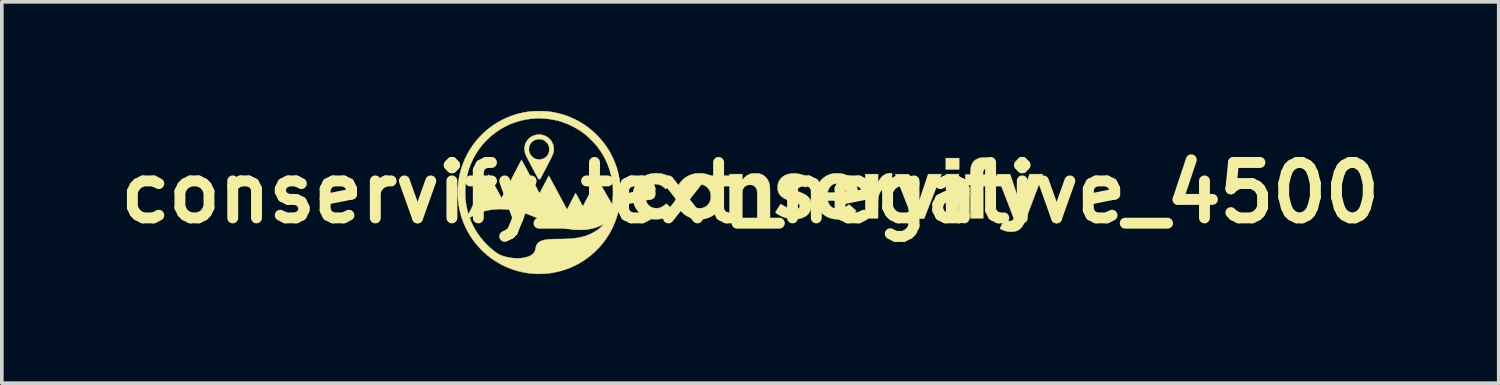
<source format=kicad_pcb>
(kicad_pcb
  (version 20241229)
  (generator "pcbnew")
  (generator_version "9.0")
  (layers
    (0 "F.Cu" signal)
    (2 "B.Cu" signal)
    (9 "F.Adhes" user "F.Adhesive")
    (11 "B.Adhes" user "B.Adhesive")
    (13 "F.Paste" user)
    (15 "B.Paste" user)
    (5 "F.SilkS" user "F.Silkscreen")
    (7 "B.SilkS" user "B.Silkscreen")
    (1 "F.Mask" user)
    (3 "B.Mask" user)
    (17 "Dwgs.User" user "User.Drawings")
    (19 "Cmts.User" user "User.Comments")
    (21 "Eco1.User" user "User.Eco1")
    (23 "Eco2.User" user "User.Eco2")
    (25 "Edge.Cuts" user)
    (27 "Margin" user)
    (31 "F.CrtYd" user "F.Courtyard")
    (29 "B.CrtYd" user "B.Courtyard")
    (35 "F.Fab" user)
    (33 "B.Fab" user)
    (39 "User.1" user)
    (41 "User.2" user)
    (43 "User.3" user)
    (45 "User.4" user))
  (footprint "conservify_text_negative_4500"
    (layer "F.Cu")
    (at 17.57 2.249)
    (property "Reference" "conservify_text_negative_4500" (at 0 0 0) (layer "F.SilkS") (effects (font (size 1.524 1.524) (thickness 0.3))))
    (attr through_hole)
    (fp_poly (pts (xy 5.74 -0.643) (xy 5.374 -0.643) (xy 5.374 -0.954) (xy 5.74 -0.954) (xy 5.74 -0.643)) (stroke (width 0.01) (type solid)) (fill yes) (layer "F.SilkS"))
    (fp_poly (pts (xy 5.731 0.092) (xy 5.729 0.697) (xy 5.554 0.699) (xy 5.379 0.7) (xy 5.379 -0.514) (xy 5.732 -0.514) (xy 5.731 0.092)) (stroke (width 0.01) (type solid)) (fill yes) (layer "F.SilkS"))
    (fp_poly (pts (xy 3.88 -0.539) (xy 3.895 -0.535) (xy 3.895 -0.177) (xy 3.847 -0.173) (xy 3.779 -0.163) (xy 3.72 -0.145) (xy 3.667 -0.118) (xy 3.622 -0.083) (xy 3.584 -0.039) (xy 3.554 0.013) (xy 3.53 0.074) (xy 3.527 0.087) (xy 3.524 0.098) (xy 3.521 0.109) (xy 3.519 0.12) (xy 3.518 0.133) (xy 3.517 0.149) (xy 3.516 0.17) (xy 3.515 0.195) (xy 3.514 0.227) (xy 3.513 0.266) (xy 3.513 0.313) (xy 3.513 0.37) (xy 3.512 0.416) (xy 3.51 0.7) (xy 3.161 0.7) (xy 3.161 -0.514) (xy 3.511 -0.514) (xy 3.511 -0.402) (xy 3.511 -0.291) (xy 3.53 -0.325) (xy 3.563 -0.379) (xy 3.601 -0.426) (xy 3.642 -0.465) (xy 3.686 -0.496) (xy 3.73 -0.518) (xy 3.742 -0.522) (xy 3.765 -0.527) (xy 3.793 -0.532) (xy 3.821 -0.536) (xy 3.848 -0.539) (xy 3.869 -0.54) (xy 3.88 -0.539)) (stroke (width 0.01) (type solid)) (fill yes) (layer "F.SilkS"))
    (fp_poly (pts (xy 6.446 -0.967) (xy 6.49 -0.967) (xy 6.525 -0.966) (xy 6.556 -0.963) (xy 6.584 -0.959) (xy 6.613 -0.953) (xy 6.646 -0.945) (xy 6.653 -0.943) (xy 6.677 -0.937) (xy 6.677 -0.789) (xy 6.677 -0.745) (xy 6.677 -0.71) (xy 6.677 -0.685) (xy 6.676 -0.667) (xy 6.675 -0.655) (xy 6.673 -0.649) (xy 6.671 -0.646) (xy 6.668 -0.646) (xy 6.668 -0.646) (xy 6.638 -0.656) (xy 6.602 -0.664) (xy 6.564 -0.67) (xy 6.53 -0.673) (xy 6.489 -0.671) (xy 6.456 -0.662) (xy 6.431 -0.645) (xy 6.414 -0.621) (xy 6.402 -0.588) (xy 6.397 -0.549) (xy 6.394 -0.503) (xy 6.533 -0.501) (xy 6.672 -0.5) (xy 6.672 -0.217) (xy 6.536 -0.216) (xy 6.401 -0.214) (xy 6.401 0.7) (xy 6.051 0.7) (xy 6.051 -0.214) (xy 5.91 -0.214) (xy 5.91 -0.502) (xy 6.049 -0.502) (xy 6.052 -0.586) (xy 6.054 -0.622) (xy 6.057 -0.657) (xy 6.061 -0.688) (xy 6.065 -0.711) (xy 6.083 -0.771) (xy 6.11 -0.824) (xy 6.145 -0.868) (xy 6.188 -0.905) (xy 6.239 -0.934) (xy 6.298 -0.955) (xy 6.298 -0.955) (xy 6.316 -0.96) (xy 6.333 -0.963) (xy 6.352 -0.965) (xy 6.376 -0.966) (xy 6.406 -0.967) (xy 6.445 -0.967) (xy 6.446 -0.967)) (stroke (width 0.01) (type solid)) (fill yes) (layer "F.SilkS"))
    (fp_poly (pts (xy 5.242 -0.481) (xy 5.238 -0.472) (xy 5.231 -0.452) (xy 5.22 -0.424) (xy 5.206 -0.387) (xy 5.188 -0.343) (xy 5.168 -0.291) (xy 5.146 -0.234) (xy 5.121 -0.171) (xy 5.095 -0.103) (xy 5.067 -0.032) (xy 5.037 0.043) (xy 5.007 0.121) (xy 5.004 0.13) (xy 4.778 0.708) (xy 4.618 0.71) (xy 4.572 0.71) (xy 4.535 0.71) (xy 4.507 0.71) (xy 4.487 0.71) (xy 4.473 0.709) (xy 4.464 0.708) (xy 4.458 0.706) (xy 4.456 0.703) (xy 4.455 0.701) (xy 4.453 0.695) (xy 4.446 0.679) (xy 4.436 0.653) (xy 4.423 0.619) (xy 4.407 0.577) (xy 4.388 0.528) (xy 4.366 0.473) (xy 4.342 0.412) (xy 4.316 0.346) (xy 4.289 0.275) (xy 4.26 0.2) (xy 4.229 0.123) (xy 4.218 0.094) (xy 4.188 0.016) (xy 4.158 -0.06) (xy 4.13 -0.132) (xy 4.104 -0.199) (xy 4.08 -0.262) (xy 4.057 -0.319) (xy 4.038 -0.37) (xy 4.021 -0.414) (xy 4.007 -0.451) (xy 3.996 -0.479) (xy 3.989 -0.498) (xy 3.985 -0.508) (xy 3.985 -0.509) (xy 3.99 -0.51) (xy 4.006 -0.511) (xy 4.032 -0.512) (xy 4.066 -0.512) (xy 4.107 -0.513) (xy 4.155 -0.512) (xy 4.169 -0.512) (xy 4.354 -0.511) (xy 4.486 -0.113) (xy 4.51 -0.041) (xy 4.533 0.025) (xy 4.553 0.085) (xy 4.571 0.137) (xy 4.587 0.182) (xy 4.6 0.219) (xy 4.61 0.248) (xy 4.618 0.266) (xy 4.622 0.275) (xy 4.623 0.276) (xy 4.625 0.269) (xy 4.631 0.253) (xy 4.64 0.228) (xy 4.651 0.194) (xy 4.665 0.154) (xy 4.681 0.106) (xy 4.699 0.054) (xy 4.718 -0.004) (xy 4.739 -0.065) (xy 4.758 -0.123) (xy 4.89 -0.514) (xy 5.255 -0.514) (xy 5.242 -0.481)) (stroke (width 0.01) (type solid)) (fill yes) (layer "F.SilkS"))
    (fp_poly (pts (xy 0.169 -0.533) (xy 0.198 -0.533) (xy 0.219 -0.531) (xy 0.237 -0.529) (xy 0.253 -0.525) (xy 0.27 -0.52) (xy 0.271 -0.52) (xy 0.322 -0.501) (xy 0.365 -0.478) (xy 0.404 -0.448) (xy 0.421 -0.432) (xy 0.463 -0.383) (xy 0.496 -0.326) (xy 0.521 -0.263) (xy 0.536 -0.196) (xy 0.537 -0.184) (xy 0.538 -0.16) (xy 0.539 -0.126) (xy 0.54 -0.082) (xy 0.541 -0.029) (xy 0.541 0.033) (xy 0.542 0.103) (xy 0.542 0.181) (xy 0.542 0.266) (xy 0.542 0.268) (xy 0.542 0.697) (xy 0.367 0.699) (xy 0.192 0.7) (xy 0.192 0.331) (xy 0.192 0.255) (xy 0.192 0.188) (xy 0.192 0.131) (xy 0.191 0.083) (xy 0.191 0.042) (xy 0.19 0.008) (xy 0.188 -0.02) (xy 0.187 -0.042) (xy 0.185 -0.061) (xy 0.182 -0.076) (xy 0.179 -0.089) (xy 0.175 -0.1) (xy 0.171 -0.11) (xy 0.165 -0.121) (xy 0.164 -0.124) (xy 0.142 -0.156) (xy 0.111 -0.184) (xy 0.08 -0.203) (xy 0.063 -0.209) (xy 0.049 -0.214) (xy 0.032 -0.216) (xy 0.009 -0.217) (xy -0.011 -0.217) (xy -0.04 -0.217) (xy -0.06 -0.216) (xy -0.076 -0.213) (xy -0.091 -0.208) (xy -0.102 -0.203) (xy -0.14 -0.18) (xy -0.169 -0.153) (xy -0.188 -0.126) (xy -0.194 -0.114) (xy -0.199 -0.103) (xy -0.204 -0.092) (xy -0.208 -0.08) (xy -0.211 -0.066) (xy -0.214 -0.049) (xy -0.216 -0.029) (xy -0.217 -0.003) (xy -0.218 0.027) (xy -0.219 0.064) (xy -0.22 0.109) (xy -0.22 0.161) (xy -0.22 0.223) (xy -0.22 0.294) (xy -0.22 0.334) (xy -0.22 0.7) (xy -0.57 0.7) (xy -0.57 -0.514) (xy -0.22 -0.514) (xy -0.22 -0.358) (xy -0.165 -0.412) (xy -0.129 -0.445) (xy -0.097 -0.471) (xy -0.065 -0.491) (xy -0.032 -0.508) (xy -0.005 -0.518) (xy 0.011 -0.524) (xy 0.025 -0.528) (xy 0.04 -0.531) (xy 0.058 -0.532) (xy 0.08 -0.533) (xy 0.111 -0.533) (xy 0.133 -0.533) (xy 0.169 -0.533)) (stroke (width 0.01) (type solid)) (fill yes) (layer "F.SilkS"))
    (fp_poly (pts (xy -2.503 -0.533) (xy -2.425 -0.522) (xy -2.355 -0.503) (xy -2.289 -0.475) (xy -2.228 -0.439) (xy -2.169 -0.394) (xy -2.14 -0.367) (xy -2.104 -0.332) (xy -2.138 -0.297) (xy -2.152 -0.282) (xy -2.173 -0.26) (xy -2.197 -0.234) (xy -2.223 -0.206) (xy -2.246 -0.182) (xy -2.321 -0.102) (xy -2.36 -0.137) (xy -2.403 -0.173) (xy -2.444 -0.2) (xy -2.486 -0.218) (xy -2.53 -0.23) (xy -2.568 -0.235) (xy -2.625 -0.234) (xy -2.678 -0.223) (xy -2.727 -0.202) (xy -2.772 -0.169) (xy -2.796 -0.147) (xy -2.832 -0.101) (xy -2.859 -0.05) (xy -2.877 0.006) (xy -2.885 0.067) (xy -2.886 0.096) (xy -2.881 0.16) (xy -2.866 0.219) (xy -2.843 0.273) (xy -2.81 0.321) (xy -2.791 0.342) (xy -2.75 0.376) (xy -2.706 0.401) (xy -2.658 0.416) (xy -2.603 0.423) (xy -2.577 0.424) (xy -2.522 0.419) (xy -2.471 0.406) (xy -2.42 0.382) (xy -2.369 0.349) (xy -2.352 0.335) (xy -2.334 0.321) (xy -2.32 0.309) (xy -2.311 0.302) (xy -2.31 0.302) (xy -2.306 0.302) (xy -2.298 0.306) (xy -2.287 0.315) (xy -2.271 0.33) (xy -2.25 0.351) (xy -2.222 0.379) (xy -2.201 0.4) (xy -2.099 0.504) (xy -2.132 0.538) (xy -2.179 0.58) (xy -2.23 0.62) (xy -2.284 0.654) (xy -2.337 0.682) (xy -2.376 0.697) (xy -2.424 0.71) (xy -2.479 0.719) (xy -2.538 0.725) (xy -2.597 0.728) (xy -2.654 0.727) (xy -2.705 0.721) (xy -2.712 0.72) (xy -2.793 0.7) (xy -2.87 0.67) (xy -2.942 0.632) (xy -3.007 0.585) (xy -3.065 0.531) (xy -3.104 0.485) (xy -3.149 0.416) (xy -3.185 0.343) (xy -3.21 0.267) (xy -3.226 0.189) (xy -3.232 0.111) (xy -3.229 0.032) (xy -3.217 -0.046) (xy -3.195 -0.122) (xy -3.165 -0.194) (xy -3.125 -0.263) (xy -3.077 -0.327) (xy -3.019 -0.384) (xy -3.009 -0.393) (xy -2.943 -0.441) (xy -2.874 -0.48) (xy -2.799 -0.508) (xy -2.719 -0.527) (xy -2.634 -0.536) (xy -2.588 -0.537) (xy -2.503 -0.533)) (stroke (width 0.01) (type solid)) (fill yes) (layer "F.SilkS"))
    (fp_poly (pts (xy -1.341 -0.536) (xy -1.297 -0.532) (xy -1.266 -0.528) (xy -1.181 -0.507) (xy -1.102 -0.476) (xy -1.029 -0.437) (xy -0.962 -0.39) (xy -0.903 -0.336) (xy -0.852 -0.274) (xy -0.809 -0.205) (xy -0.775 -0.13) (xy -0.768 -0.11) (xy -0.748 -0.034) (xy -0.738 0.045) (xy -0.737 0.125) (xy -0.746 0.204) (xy -0.764 0.281) (xy -0.791 0.353) (xy -0.802 0.375) (xy -0.846 0.449) (xy -0.898 0.515) (xy -0.957 0.573) (xy -1.024 0.622) (xy -1.099 0.663) (xy -1.18 0.695) (xy -1.226 0.708) (xy -1.251 0.715) (xy -1.275 0.719) (xy -1.299 0.722) (xy -1.327 0.724) (xy -1.363 0.725) (xy -1.377 0.726) (xy -1.429 0.726) (xy -1.471 0.725) (xy -1.505 0.721) (xy -1.516 0.72) (xy -1.601 0.699) (xy -1.68 0.67) (xy -1.753 0.632) (xy -1.82 0.585) (xy -1.879 0.531) (xy -1.931 0.471) (xy -1.974 0.403) (xy -2.009 0.33) (xy -2.034 0.252) (xy -2.049 0.169) (xy -2.05 0.16) (xy -2.052 0.101) (xy -1.706 0.101) (xy -1.7 0.159) (xy -1.685 0.215) (xy -1.661 0.267) (xy -1.629 0.314) (xy -1.622 0.322) (xy -1.588 0.355) (xy -1.554 0.38) (xy -1.516 0.4) (xy -1.505 0.405) (xy -1.464 0.417) (xy -1.418 0.423) (xy -1.369 0.424) (xy -1.322 0.418) (xy -1.283 0.407) (xy -1.23 0.382) (xy -1.184 0.348) (xy -1.147 0.307) (xy -1.121 0.264) (xy -1.103 0.222) (xy -1.091 0.181) (xy -1.085 0.138) (xy -1.084 0.099) (xy -1.088 0.035) (xy -1.102 -0.023) (xy -1.125 -0.075) (xy -1.158 -0.122) (xy -1.178 -0.144) (xy -1.224 -0.182) (xy -1.275 -0.21) (xy -1.328 -0.228) (xy -1.385 -0.236) (xy -1.442 -0.233) (xy -1.5 -0.219) (xy -1.552 -0.197) (xy -1.577 -0.182) (xy -1.603 -0.159) (xy -1.629 -0.131) (xy -1.652 -0.102) (xy -1.669 -0.074) (xy -1.669 -0.073) (xy -1.691 -0.017) (xy -1.703 0.042) (xy -1.706 0.101) (xy -2.052 0.101) (xy -2.053 0.08) (xy -2.045 -0.001) (xy -2.028 -0.08) (xy -2.001 -0.156) (xy -1.964 -0.227) (xy -1.947 -0.254) (xy -1.924 -0.285) (xy -1.894 -0.32) (xy -1.861 -0.354) (xy -1.827 -0.385) (xy -1.801 -0.407) (xy -1.744 -0.444) (xy -1.68 -0.477) (xy -1.611 -0.504) (xy -1.541 -0.524) (xy -1.519 -0.528) (xy -1.481 -0.534) (xy -1.437 -0.536) (xy -1.389 -0.537) (xy -1.341 -0.536)) (stroke (width 0.01) (type solid)) (fill yes) (layer "F.SilkS"))
    (fp_poly (pts (xy -5.757 -1.599) (xy -5.695 -1.586) (xy -5.632 -1.562) (xy -5.617 -1.554) (xy -5.59 -1.54) (xy -5.567 -1.526) (xy -5.546 -1.509) (xy -5.522 -1.486) (xy -5.517 -1.481) (xy -5.494 -1.458) (xy -5.477 -1.438) (xy -5.464 -1.417) (xy -5.45 -1.393) (xy -5.442 -1.376) (xy -5.424 -1.338) (xy -5.412 -1.305) (xy -5.405 -1.274) (xy -5.401 -1.242) (xy -5.399 -1.204) (xy -5.399 -1.194) (xy -5.4 -1.175) (xy -5.401 -1.157) (xy -5.403 -1.14) (xy -5.406 -1.122) (xy -5.411 -1.103) (xy -5.418 -1.081) (xy -5.427 -1.057) (xy -5.439 -1.029) (xy -5.454 -0.996) (xy -5.473 -0.957) (xy -5.495 -0.913) (xy -5.522 -0.861) (xy -5.552 -0.801) (xy -5.588 -0.732) (xy -5.6 -0.708) (xy -5.629 -0.653) (xy -5.657 -0.6) (xy -5.683 -0.551) (xy -5.706 -0.506) (xy -5.727 -0.467) (xy -5.744 -0.434) (xy -5.758 -0.409) (xy -5.768 -0.391) (xy -5.773 -0.383) (xy -5.773 -0.382) (xy -5.786 -0.375) (xy -5.803 -0.373) (xy -5.818 -0.378) (xy -5.821 -0.381) (xy -5.826 -0.388) (xy -5.836 -0.405) (xy -5.85 -0.429) (xy -5.868 -0.461) (xy -5.888 -0.498) (xy -5.911 -0.541) (xy -5.936 -0.587) (xy -5.962 -0.636) (xy -5.989 -0.686) (xy -6.016 -0.738) (xy -6.043 -0.789) (xy -6.069 -0.839) (xy -6.093 -0.886) (xy -6.116 -0.93) (xy -6.136 -0.97) (xy -6.153 -1.004) (xy -6.167 -1.031) (xy -6.176 -1.051) (xy -6.181 -1.063) (xy -6.199 -1.131) (xy -6.206 -1.198) (xy -6.205 -1.208) (xy -6.084 -1.208) (xy -6.081 -1.156) (xy -6.069 -1.106) (xy -6.048 -1.06) (xy -6.02 -1.019) (xy -5.985 -0.983) (xy -5.945 -0.954) (xy -5.899 -0.932) (xy -5.85 -0.919) (xy -5.797 -0.915) (xy -5.743 -0.921) (xy -5.736 -0.923) (xy -5.682 -0.941) (xy -5.635 -0.968) (xy -5.595 -1.003) (xy -5.563 -1.045) (xy -5.54 -1.095) (xy -5.526 -1.15) (xy -5.525 -1.155) (xy -5.523 -1.209) (xy -5.53 -1.261) (xy -5.547 -1.31) (xy -5.572 -1.354) (xy -5.604 -1.393) (xy -5.642 -1.425) (xy -5.685 -1.451) (xy -5.732 -1.468) (xy -5.783 -1.476) (xy -5.836 -1.475) (xy -5.856 -1.471) (xy -5.912 -1.455) (xy -5.962 -1.43) (xy -6.003 -1.396) (xy -6.037 -1.355) (xy -6.062 -1.307) (xy -6.076 -1.263) (xy -6.084 -1.208) (xy -6.205 -1.208) (xy -6.202 -1.264) (xy -6.188 -1.327) (xy -6.163 -1.388) (xy -6.152 -1.406) (xy -6.114 -1.46) (xy -6.069 -1.506) (xy -6.017 -1.543) (xy -5.96 -1.571) (xy -5.947 -1.575) (xy -5.881 -1.594) (xy -5.818 -1.602) (xy -5.757 -1.599)) (stroke (width 0.01) (type solid)) (fill yes) (layer "F.SilkS"))
    (fp_poly (pts (xy 7.9 -0.514) (xy 7.94 -0.513) (xy 7.975 -0.513) (xy 8.003 -0.513) (xy 8.024 -0.512) (xy 8.036 -0.512) (xy 8.038 -0.511) (xy 8.036 -0.505) (xy 8.03 -0.489) (xy 8.021 -0.464) (xy 8.009 -0.43) (xy 7.993 -0.389) (xy 7.976 -0.342) (xy 7.955 -0.288) (xy 7.933 -0.23) (xy 7.91 -0.166) (xy 7.884 -0.1) (xy 7.858 -0.03) (xy 7.831 0.041) (xy 7.803 0.114) (xy 7.776 0.188) (xy 7.748 0.261) (xy 7.72 0.333) (xy 7.693 0.403) (xy 7.668 0.471) (xy 7.643 0.536) (xy 7.62 0.596) (xy 7.598 0.652) (xy 7.579 0.702) (xy 7.562 0.745) (xy 7.548 0.782) (xy 7.537 0.81) (xy 7.529 0.83) (xy 7.525 0.84) (xy 7.524 0.841) (xy 7.489 0.903) (xy 7.45 0.955) (xy 7.408 0.997) (xy 7.362 1.028) (xy 7.312 1.05) (xy 7.284 1.057) (xy 7.243 1.064) (xy 7.197 1.068) (xy 7.149 1.069) (xy 7.105 1.067) (xy 7.095 1.066) (xy 7.036 1.056) (xy 6.977 1.038) (xy 6.96 1.032) (xy 6.936 1.022) (xy 6.912 1.011) (xy 6.891 1.001) (xy 6.874 0.992) (xy 6.865 0.985) (xy 6.864 0.983) (xy 6.866 0.976) (xy 6.872 0.961) (xy 6.882 0.94) (xy 6.894 0.913) (xy 6.908 0.884) (xy 6.923 0.853) (xy 6.937 0.822) (xy 6.951 0.794) (xy 6.964 0.769) (xy 6.974 0.75) (xy 6.981 0.737) (xy 6.983 0.734) (xy 6.991 0.736) (xy 7.005 0.742) (xy 7.016 0.748) (xy 7.062 0.767) (xy 7.107 0.777) (xy 7.148 0.777) (xy 7.171 0.773) (xy 7.19 0.764) (xy 7.209 0.75) (xy 7.226 0.732) (xy 7.237 0.715) (xy 7.239 0.71) (xy 7.238 0.702) (xy 7.232 0.684) (xy 7.222 0.655) (xy 7.208 0.616) (xy 7.189 0.567) (xy 7.166 0.507) (xy 7.14 0.437) (xy 7.108 0.356) (xy 7.073 0.265) (xy 7.033 0.163) (xy 7.008 0.097) (xy 6.977 0.018) (xy 6.948 -0.057) (xy 6.919 -0.13) (xy 6.893 -0.197) (xy 6.869 -0.26) (xy 6.846 -0.318) (xy 6.827 -0.369) (xy 6.81 -0.413) (xy 6.795 -0.45) (xy 6.785 -0.478) (xy 6.777 -0.498) (xy 6.774 -0.507) (xy 6.773 -0.509) (xy 6.779 -0.51) (xy 6.795 -0.511) (xy 6.82 -0.512) (xy 6.854 -0.512) (xy 6.896 -0.513) (xy 6.944 -0.512) (xy 6.958 -0.512) (xy 7.142 -0.511) (xy 7.277 -0.105) (xy 7.413 0.301) (xy 7.505 0.013) (xy 7.524 -0.046) (xy 7.543 -0.106) (xy 7.562 -0.165) (xy 7.58 -0.222) (xy 7.597 -0.275) (xy 7.612 -0.322) (xy 7.625 -0.361) (xy 7.634 -0.391) (xy 7.635 -0.394) (xy 7.673 -0.514) (xy 7.855 -0.514) (xy 7.9 -0.514)) (stroke (width 0.01) (type solid)) (fill yes) (layer "F.SilkS"))
    (fp_poly (pts (xy 2.432 -0.534) (xy 2.478 -0.531) (xy 2.518 -0.526) (xy 2.548 -0.52) (xy 2.623 -0.495) (xy 2.69 -0.46) (xy 2.752 -0.417) (xy 2.807 -0.364) (xy 2.855 -0.304) (xy 2.895 -0.236) (xy 2.928 -0.16) (xy 2.953 -0.077) (xy 2.959 -0.051) (xy 2.962 -0.029) (xy 2.965 -0.001) (xy 2.968 0.032) (xy 2.971 0.067) (xy 2.973 0.102) (xy 2.974 0.136) (xy 2.974 0.165) (xy 2.974 0.188) (xy 2.972 0.203) (xy 2.971 0.205) (xy 2.97 0.207) (xy 2.967 0.208) (xy 2.961 0.21) (xy 2.952 0.211) (xy 2.94 0.212) (xy 2.922 0.213) (xy 2.899 0.213) (xy 2.869 0.214) (xy 2.833 0.214) (xy 2.789 0.214) (xy 2.736 0.214) (xy 2.674 0.214) (xy 2.602 0.214) (xy 2.548 0.214) (xy 2.48 0.215) (xy 2.416 0.215) (xy 2.356 0.215) (xy 2.301 0.215) (xy 2.252 0.215) (xy 2.21 0.215) (xy 2.175 0.215) (xy 2.15 0.215) (xy 2.134 0.216) (xy 2.128 0.216) (xy 2.128 0.216) (xy 2.131 0.227) (xy 2.137 0.246) (xy 2.145 0.267) (xy 2.155 0.289) (xy 2.163 0.306) (xy 2.193 0.35) (xy 2.23 0.386) (xy 2.274 0.414) (xy 2.325 0.433) (xy 2.382 0.443) (xy 2.444 0.445) (xy 2.447 0.444) (xy 2.508 0.436) (xy 2.567 0.418) (xy 2.623 0.39) (xy 2.679 0.351) (xy 2.683 0.347) (xy 2.715 0.321) (xy 2.813 0.407) (xy 2.841 0.432) (xy 2.866 0.455) (xy 2.887 0.474) (xy 2.902 0.489) (xy 2.911 0.498) (xy 2.912 0.5) (xy 2.908 0.507) (xy 2.898 0.519) (xy 2.881 0.536) (xy 2.862 0.555) (xy 2.84 0.575) (xy 2.818 0.594) (xy 2.798 0.611) (xy 2.78 0.625) (xy 2.778 0.626) (xy 2.71 0.665) (xy 2.636 0.695) (xy 2.556 0.716) (xy 2.52 0.722) (xy 2.487 0.725) (xy 2.446 0.727) (xy 2.402 0.727) (xy 2.359 0.726) (xy 2.319 0.723) (xy 2.294 0.719) (xy 2.211 0.7) (xy 2.135 0.672) (xy 2.064 0.634) (xy 1.998 0.586) (xy 1.966 0.557) (xy 1.911 0.497) (xy 1.865 0.43) (xy 1.829 0.357) (xy 1.802 0.278) (xy 1.789 0.22) (xy 1.785 0.186) (xy 1.782 0.145) (xy 1.781 0.1) (xy 1.782 0.054) (xy 1.785 0.012) (xy 1.787 -0.006) (xy 2.123 -0.006) (xy 2.377 -0.006) (xy 2.437 -0.006) (xy 2.487 -0.006) (xy 2.527 -0.006) (xy 2.559 -0.006) (xy 2.584 -0.007) (xy 2.602 -0.008) (xy 2.615 -0.009) (xy 2.623 -0.01) (xy 2.628 -0.011) (xy 2.63 -0.013) (xy 2.63 -0.016) (xy 2.628 -0.032) (xy 2.622 -0.055) (xy 2.614 -0.081) (xy 2.604 -0.106) (xy 2.601 -0.114) (xy 2.574 -0.16) (xy 2.542 -0.197) (xy 2.503 -0.225) (xy 2.462 -0.243) (xy 2.442 -0.249) (xy 2.423 -0.252) (xy 2.401 -0.254) (xy 2.373 -0.253) (xy 2.368 -0.253) (xy 2.34 -0.252) (xy 2.32 -0.249) (xy 2.303 -0.245) (xy 2.286 -0.239) (xy 2.274 -0.233) (xy 2.233 -0.206) (xy 2.197 -0.17) (xy 2.166 -0.126) (xy 2.142 -0.074) (xy 2.126 -0.018) (xy 2.123 -0.006) (xy 1.787 -0.006) (xy 1.789 -0.025) (xy 1.791 -0.034) (xy 1.813 -0.118) (xy 1.843 -0.196) (xy 1.882 -0.267) (xy 1.929 -0.331) (xy 1.984 -0.388) (xy 2.045 -0.436) (xy 2.113 -0.476) (xy 2.186 -0.507) (xy 2.263 -0.528) (xy 2.297 -0.533) (xy 2.338 -0.535) (xy 2.385 -0.536) (xy 2.432 -0.534)) (stroke (width 0.01) (type solid)) (fill yes) (layer "F.SilkS"))
    (fp_poly (pts (xy 1.234 -0.533) (xy 1.312 -0.524) (xy 1.393 -0.507) (xy 1.476 -0.481) (xy 1.479 -0.48) (xy 1.503 -0.471) (xy 1.53 -0.459) (xy 1.558 -0.445) (xy 1.586 -0.431) (xy 1.61 -0.418) (xy 1.629 -0.406) (xy 1.642 -0.397) (xy 1.644 -0.394) (xy 1.644 -0.387) (xy 1.638 -0.372) (xy 1.627 -0.349) (xy 1.611 -0.317) (xy 1.589 -0.276) (xy 1.586 -0.271) (xy 1.568 -0.238) (xy 1.551 -0.209) (xy 1.538 -0.184) (xy 1.528 -0.166) (xy 1.521 -0.155) (xy 1.52 -0.153) (xy 1.515 -0.154) (xy 1.501 -0.16) (xy 1.481 -0.169) (xy 1.455 -0.181) (xy 1.441 -0.188) (xy 1.409 -0.202) (xy 1.377 -0.216) (xy 1.348 -0.229) (xy 1.324 -0.237) (xy 1.32 -0.239) (xy 1.269 -0.253) (xy 1.222 -0.261) (xy 1.179 -0.262) (xy 1.142 -0.258) (xy 1.112 -0.248) (xy 1.088 -0.233) (xy 1.073 -0.212) (xy 1.067 -0.186) (xy 1.067 -0.183) (xy 1.07 -0.16) (xy 1.081 -0.142) (xy 1.098 -0.127) (xy 1.127 -0.11) (xy 1.165 -0.091) (xy 1.215 -0.071) (xy 1.275 -0.049) (xy 1.293 -0.043) (xy 1.361 -0.018) (xy 1.419 0.005) (xy 1.468 0.027) (xy 1.509 0.05) (xy 1.544 0.072) (xy 1.555 0.081) (xy 1.599 0.12) (xy 1.632 0.162) (xy 1.655 0.208) (xy 1.67 0.259) (xy 1.676 0.317) (xy 1.676 0.336) (xy 1.671 0.404) (xy 1.657 0.466) (xy 1.633 0.522) (xy 1.601 0.572) (xy 1.559 0.615) (xy 1.508 0.651) (xy 1.449 0.681) (xy 1.382 0.703) (xy 1.33 0.714) (xy 1.304 0.717) (xy 1.27 0.72) (xy 1.232 0.721) (xy 1.193 0.722) (xy 1.156 0.721) (xy 1.126 0.72) (xy 1.115 0.719) (xy 1.048 0.707) (xy 0.978 0.689) (xy 0.909 0.666) (xy 0.849 0.64) (xy 0.827 0.629) (xy 0.802 0.615) (xy 0.775 0.599) (xy 0.749 0.583) (xy 0.725 0.568) (xy 0.706 0.555) (xy 0.694 0.545) (xy 0.691 0.541) (xy 0.693 0.536) (xy 0.701 0.522) (xy 0.712 0.502) (xy 0.727 0.478) (xy 0.744 0.451) (xy 0.762 0.422) (xy 0.78 0.394) (xy 0.797 0.368) (xy 0.812 0.345) (xy 0.825 0.327) (xy 0.833 0.316) (xy 0.836 0.313) (xy 0.842 0.315) (xy 0.855 0.322) (xy 0.874 0.333) (xy 0.895 0.345) (xy 0.962 0.383) (xy 1.03 0.414) (xy 1.097 0.436) (xy 1.097 0.436) (xy 1.122 0.442) (xy 1.147 0.446) (xy 1.175 0.448) (xy 1.21 0.449) (xy 1.216 0.449) (xy 1.247 0.448) (xy 1.27 0.448) (xy 1.286 0.446) (xy 1.298 0.443) (xy 1.309 0.438) (xy 1.314 0.436) (xy 1.339 0.417) (xy 1.355 0.393) (xy 1.36 0.364) (xy 1.36 0.363) (xy 1.357 0.343) (xy 1.348 0.325) (xy 1.33 0.308) (xy 1.305 0.292) (xy 1.27 0.277) (xy 1.225 0.261) (xy 1.216 0.258) (xy 1.162 0.241) (xy 1.118 0.226) (xy 1.081 0.214) (xy 1.052 0.205) (xy 1.029 0.197) (xy 1.01 0.19) (xy 0.995 0.184) (xy 0.982 0.179) (xy 0.97 0.174) (xy 0.967 0.172) (xy 0.906 0.139) (xy 0.854 0.099) (xy 0.829 0.074) (xy 0.797 0.034) (xy 0.775 -0.008) (xy 0.76 -0.053) (xy 0.752 -0.105) (xy 0.751 -0.147) (xy 0.754 -0.202) (xy 0.762 -0.251) (xy 0.777 -0.295) (xy 0.785 -0.313) (xy 0.818 -0.367) (xy 0.858 -0.414) (xy 0.906 -0.453) (xy 0.961 -0.485) (xy 1.022 -0.509) (xy 1.088 -0.525) (xy 1.159 -0.533) (xy 1.234 -0.533)) (stroke (width 0.01) (type solid)) (fill yes) (layer "F.SilkS"))
    (fp_poly (pts (xy -5.744 -2.244) (xy -5.694 -2.243) (xy -5.651 -2.242) (xy -5.613 -2.24) (xy -5.578 -2.237) (xy -5.542 -2.234) (xy -5.505 -2.229) (xy -5.464 -2.223) (xy -5.42 -2.215) (xy -5.269 -2.184) (xy -5.12 -2.142) (xy -4.976 -2.09) (xy -4.835 -2.028) (xy -4.699 -1.957) (xy -4.568 -1.876) (xy -4.443 -1.787) (xy -4.324 -1.689) (xy -4.212 -1.583) (xy -4.107 -1.469) (xy -4.009 -1.348) (xy -3.92 -1.22) (xy -3.86 -1.122) (xy -3.786 -0.981) (xy -3.723 -0.837) (xy -3.67 -0.69) (xy -3.628 -0.54) (xy -3.597 -0.387) (xy -3.577 -0.23) (xy -3.567 -0.07) (xy -3.568 0.086) (xy -3.579 0.241) (xy -3.602 0.395) (xy -3.635 0.547) (xy -3.679 0.696) (xy -3.733 0.841) (xy -3.797 0.983) (xy -3.871 1.12) (xy -3.955 1.252) (xy -4.048 1.379) (xy -4.11 1.453) (xy -4.143 1.49) (xy -4.182 1.532) (xy -4.226 1.575) (xy -4.272 1.62) (xy -4.317 1.662) (xy -4.36 1.7) (xy -4.398 1.732) (xy -4.4 1.734) (xy -4.528 1.829) (xy -4.66 1.914) (xy -4.798 1.99) (xy -4.94 2.055) (xy -5.074 2.106) (xy -5.227 2.153) (xy -5.382 2.188) (xy -5.538 2.213) (xy -5.696 2.226) (xy -5.853 2.228) (xy -5.952 2.223) (xy -6.109 2.207) (xy -6.264 2.18) (xy -6.417 2.142) (xy -6.565 2.094) (xy -6.71 2.036) (xy -6.851 1.968) (xy -6.986 1.889) (xy -7.116 1.802) (xy -7.24 1.705) (xy -7.358 1.599) (xy -7.386 1.572) (xy -7.493 1.456) (xy -7.592 1.335) (xy -7.681 1.207) (xy -7.761 1.074) (xy -7.831 0.937) (xy -7.891 0.795) (xy -7.929 0.687) (xy -7.709 0.687) (xy -7.707 0.694) (xy -7.702 0.711) (xy -7.694 0.734) (xy -7.682 0.763) (xy -7.669 0.795) (xy -7.654 0.83) (xy -7.638 0.864) (xy -7.623 0.896) (xy -7.602 0.935) (xy -7.579 0.977) (xy -7.554 1.021) (xy -7.528 1.063) (xy -7.505 1.101) (xy -7.488 1.126) (xy -7.41 1.232) (xy -7.325 1.334) (xy -7.232 1.432) (xy -7.134 1.523) (xy -7.033 1.606) (xy -6.95 1.666) (xy -6.896 1.697) (xy -6.832 1.725) (xy -6.759 1.749) (xy -6.677 1.769) (xy -6.587 1.785) (xy -6.497 1.797) (xy -6.467 1.799) (xy -6.43 1.8) (xy -6.389 1.799) (xy -6.347 1.798) (xy -6.309 1.796) (xy -6.29 1.794) (xy -6.216 1.784) (xy -6.147 1.767) (xy -6.085 1.746) (xy -6.031 1.72) (xy -5.987 1.689) (xy -5.958 1.662) (xy -5.936 1.633) (xy -5.92 1.6) (xy -5.908 1.56) (xy -5.904 1.539) (xy -5.892 1.485) (xy -5.876 1.44) (xy -5.854 1.403) (xy -5.827 1.373) (xy -5.795 1.348) (xy -5.765 1.331) (xy -5.732 1.316) (xy -5.694 1.304) (xy -5.652 1.294) (xy -5.603 1.286) (xy -5.547 1.279) (xy -5.483 1.275) (xy -5.411 1.272) (xy -5.328 1.27) (xy -5.277 1.27) (xy -5.144 1.269) (xy -5.023 1.264) (xy -4.912 1.257) (xy -4.812 1.246) (xy -4.722 1.233) (xy -4.662 1.221) (xy -4.551 1.192) (xy -4.444 1.154) (xy -4.344 1.107) (xy -4.251 1.054) (xy -4.164 0.993) (xy -4.087 0.925) (xy -4.043 0.879) (xy -4.022 0.857) (xy -4.081 0.886) (xy -4.111 0.901) (xy -4.144 0.916) (xy -4.175 0.929) (xy -4.191 0.935) (xy -4.231 0.95) (xy -4.28 0.964) (xy -4.333 0.978) (xy -4.387 0.99) (xy -4.44 1.001) (xy -4.485 1.008) (xy -4.524 1.012) (xy -4.572 1.015) (xy -4.626 1.017) (xy -4.682 1.018) (xy -4.738 1.018) (xy -4.791 1.017) (xy -4.838 1.014) (xy -4.868 1.011) (xy -5.018 0.989) (xy -5.169 0.956) (xy -5.322 0.914) (xy -5.474 0.862) (xy -5.544 0.835) (xy -5.567 0.825) (xy -5.589 0.816) (xy -5.611 0.807) (xy -5.634 0.797) (xy -5.66 0.785) (xy -5.69 0.772) (xy -5.724 0.756) (xy -5.765 0.737) (xy -5.814 0.715) (xy -5.866 0.691) (xy -6.016 0.626) (xy -6.164 0.571) (xy -6.311 0.527) (xy -6.456 0.492) (xy -6.6 0.467) (xy -6.74 0.453) (xy -6.878 0.448) (xy -7.013 0.454) (xy -7.145 0.469) (xy -7.273 0.495) (xy -7.396 0.531) (xy -7.515 0.577) (xy -7.524 0.581) (xy -7.551 0.594) (xy -7.581 0.609) (xy -7.611 0.625) (xy -7.64 0.641) (xy -7.666 0.657) (xy -7.688 0.67) (xy -7.702 0.68) (xy -7.709 0.687) (xy -7.929 0.687) (xy -7.942 0.65) (xy -7.982 0.502) (xy -8.012 0.351) (xy -8.031 0.198) (xy -8.041 0.043) (xy -8.039 -0.071) (xy -7.834 -0.071) (xy -7.834 -0.004) (xy -7.832 0.065) (xy -7.829 0.132) (xy -7.825 0.195) (xy -7.819 0.252) (xy -7.816 0.277) (xy -7.809 0.315) (xy -7.802 0.355) (xy -7.794 0.396) (xy -7.786 0.436) (xy -7.777 0.475) (xy -7.769 0.509) (xy -7.762 0.539) (xy -7.755 0.562) (xy -7.749 0.578) (xy -7.745 0.584) (xy -7.745 0.584) (xy -7.742 0.578) (xy -7.734 0.564) (xy -7.722 0.54) (xy -7.706 0.509) (xy -7.686 0.47) (xy -7.662 0.424) (xy -7.636 0.372) (xy -7.606 0.315) (xy -7.575 0.252) (xy -7.541 0.186) (xy -7.505 0.116) (xy -7.468 0.043) (xy -7.467 0.041) (xy -7.43 -0.032) (xy -7.394 -0.102) (xy -7.36 -0.169) (xy -7.328 -0.231) (xy -7.298 -0.288) (xy -7.271 -0.34) (xy -7.248 -0.386) (xy -7.227 -0.425) (xy -7.211 -0.457) (xy -7.198 -0.48) (xy -7.19 -0.495) (xy -7.187 -0.501) (xy -7.187 -0.501) (xy -7.184 -0.496) (xy -7.175 -0.482) (xy -7.163 -0.46) (xy -7.146 -0.431) (xy -7.127 -0.394) (xy -7.104 -0.352) (xy -7.078 -0.305) (xy -7.05 -0.254) (xy -7.021 -0.199) (xy -7.011 -0.18) (xy -6.981 -0.125) (xy -6.953 -0.072) (xy -6.927 -0.024) (xy -6.903 0.02) (xy -6.882 0.059) (xy -6.865 0.091) (xy -6.851 0.116) (xy -6.841 0.133) (xy -6.836 0.141) (xy -6.836 0.141) (xy -6.833 0.136) (xy -6.825 0.122) (xy -6.812 0.099) (xy -6.796 0.068) (xy -6.776 0.029) (xy -6.752 -0.016) (xy -6.725 -0.067) (xy -6.695 -0.124) (xy -6.663 -0.185) (xy -6.629 -0.251) (xy -6.593 -0.32) (xy -6.562 -0.38) (xy -6.525 -0.451) (xy -6.49 -0.52) (xy -6.456 -0.585) (xy -6.424 -0.646) (xy -6.395 -0.702) (xy -6.369 -0.753) (xy -6.345 -0.797) (xy -6.326 -0.835) (xy -6.31 -0.865) (xy -6.298 -0.887) (xy -6.291 -0.9) (xy -6.289 -0.904) (xy -6.286 -0.9) (xy -6.278 -0.886) (xy -6.265 -0.864) (xy -6.248 -0.834) (xy -6.228 -0.797) (xy -6.204 -0.753) (xy -6.177 -0.703) (xy -6.147 -0.648) (xy -6.115 -0.589) (xy -6.081 -0.526) (xy -6.046 -0.46) (xy -6.04 -0.448) (xy -6.004 -0.382) (xy -5.97 -0.318) (xy -5.937 -0.258) (xy -5.907 -0.202) (xy -5.88 -0.151) (xy -5.855 -0.106) (xy -5.834 -0.067) (xy -5.817 -0.035) (xy -5.804 -0.011) (xy -5.795 0.005) (xy -5.791 0.011) (xy -5.791 0.011) (xy -5.788 0.006) (xy -5.78 -0.008) (xy -5.769 -0.03) (xy -5.753 -0.059) (xy -5.734 -0.094) (xy -5.713 -0.135) (xy -5.69 -0.179) (xy -5.665 -0.227) (xy -5.664 -0.229) (xy -5.64 -0.277) (xy -5.616 -0.322) (xy -5.595 -0.362) (xy -5.576 -0.398) (xy -5.56 -0.427) (xy -5.548 -0.449) (xy -5.54 -0.463) (xy -5.537 -0.468) (xy -5.537 -0.468) (xy -5.534 -0.464) (xy -5.526 -0.45) (xy -5.513 -0.427) (xy -5.496 -0.396) (xy -5.476 -0.359) (xy -5.452 -0.315) (xy -5.425 -0.265) (xy -5.395 -0.21) (xy -5.363 -0.151) (xy -5.33 -0.088) (xy -5.297 -0.027) (xy -5.262 0.039) (xy -5.228 0.103) (xy -5.195 0.163) (xy -5.165 0.219) (xy -5.138 0.27) (xy -5.113 0.316) (xy -5.092 0.356) (xy -5.074 0.389) (xy -5.061 0.413) (xy -5.052 0.43) (xy -5.049 0.436) (xy -5.036 0.458) (xy -4.92 0.233) (xy -4.896 0.187) (xy -4.874 0.144) (xy -4.853 0.105) (xy -4.835 0.071) (xy -4.82 0.044) (xy -4.809 0.024) (xy -4.802 0.012) (xy -4.8 0.009) (xy -4.796 0.014) (xy -4.788 0.028) (xy -4.776 0.05) (xy -4.76 0.078) (xy -4.742 0.112) (xy -4.721 0.15) (xy -4.699 0.191) (xy -4.677 0.232) (xy -4.656 0.27) (xy -4.638 0.303) (xy -4.622 0.331) (xy -4.61 0.352) (xy -4.602 0.365) (xy -4.599 0.369) (xy -4.599 0.369) (xy -4.595 0.364) (xy -4.588 0.349) (xy -4.575 0.326) (xy -4.559 0.295) (xy -4.54 0.257) (xy -4.517 0.213) (xy -4.491 0.164) (xy -4.464 0.111) (xy -4.434 0.053) (xy -4.403 -0.007) (xy -4.402 -0.009) (xy -4.37 -0.069) (xy -4.341 -0.127) (xy -4.313 -0.18) (xy -4.287 -0.229) (xy -4.264 -0.273) (xy -4.245 -0.31) (xy -4.229 -0.341) (xy -4.216 -0.364) (xy -4.208 -0.378) (xy -4.205 -0.383) (xy -4.205 -0.383) (xy -4.202 -0.379) (xy -4.194 -0.365) (xy -4.18 -0.343) (xy -4.163 -0.313) (xy -4.142 -0.277) (xy -4.117 -0.235) (xy -4.09 -0.188) (xy -4.06 -0.137) (xy -4.028 -0.082) (xy -4.002 -0.036) (xy -3.969 0.021) (xy -3.938 0.075) (xy -3.908 0.125) (xy -3.881 0.171) (xy -3.857 0.211) (xy -3.837 0.245) (xy -3.82 0.273) (xy -3.808 0.293) (xy -3.8 0.304) (xy -3.798 0.306) (xy -3.794 0.297) (xy -3.791 0.278) (xy -3.787 0.25) (xy -3.784 0.216) (xy -3.78 0.176) (xy -3.778 0.133) (xy -3.776 0.087) (xy -3.774 0.04) (xy -3.774 -0.006) (xy -3.774 -0.011) (xy -3.775 -0.108) (xy -3.78 -0.198) (xy -3.789 -0.283) (xy -3.801 -0.367) (xy -3.819 -0.452) (xy -3.827 -0.488) (xy -3.867 -0.632) (xy -3.916 -0.77) (xy -3.975 -0.904) (xy -4.045 -1.034) (xy -4.115 -1.146) (xy -4.156 -1.204) (xy -4.195 -1.258) (xy -4.235 -1.308) (xy -4.279 -1.357) (xy -4.327 -1.409) (xy -4.368 -1.451) (xy -4.443 -1.523) (xy -4.516 -1.587) (xy -4.588 -1.644) (xy -4.664 -1.698) (xy -4.745 -1.75) (xy -4.758 -1.758) (xy -4.889 -1.83) (xy -5.024 -1.892) (xy -5.162 -1.944) (xy -5.302 -1.985) (xy -5.445 -2.016) (xy -5.589 -2.036) (xy -5.734 -2.046) (xy -5.879 -2.046) (xy -6.023 -2.036) (xy -6.167 -2.015) (xy -6.309 -1.984) (xy -6.449 -1.942) (xy -6.587 -1.891) (xy -6.721 -1.829) (xy -6.851 -1.757) (xy -6.943 -1.699) (xy -7.064 -1.61) (xy -7.178 -1.513) (xy -7.284 -1.408) (xy -7.381 -1.297) (xy -7.47 -1.179) (xy -7.55 -1.055) (xy -7.621 -0.925) (xy -7.682 -0.791) (xy -7.734 -0.652) (xy -7.775 -0.51) (xy -7.806 -0.364) (xy -7.827 -0.215) (xy -7.829 -0.188) (xy -7.833 -0.133) (xy -7.834 -0.071) (xy -8.039 -0.071) (xy -8.039 -0.112) (xy -8.026 -0.268) (xy -8.003 -0.424) (xy -7.993 -0.475) (xy -7.955 -0.627) (xy -7.907 -0.774) (xy -7.849 -0.917) (xy -7.782 -1.055) (xy -7.706 -1.188) (xy -7.622 -1.314) (xy -7.529 -1.434) (xy -7.429 -1.548) (xy -7.321 -1.654) (xy -7.207 -1.753) (xy -7.086 -1.844) (xy -6.958 -1.927) (xy -6.825 -2.001) (xy -6.687 -2.066) (xy -6.544 -2.122) (xy -6.397 -2.168) (xy -6.245 -2.204) (xy -6.186 -2.215) (xy -6.14 -2.223) (xy -6.099 -2.229) (xy -6.062 -2.234) (xy -6.026 -2.238) (xy -5.99 -2.24) (xy -5.951 -2.242) (xy -5.906 -2.243) (xy -5.855 -2.244) (xy -5.802 -2.244) (xy -5.744 -2.244)) (stroke (width 0.01) (type solid)) (fill yes) (layer "F.SilkS")))
  (gr_rect
    (start -3 -3)
    (end 38.139 7.481)
    (stroke (width 0.1) (type default))
    (fill no)
    (layer "Edge.Cuts")))
</source>
